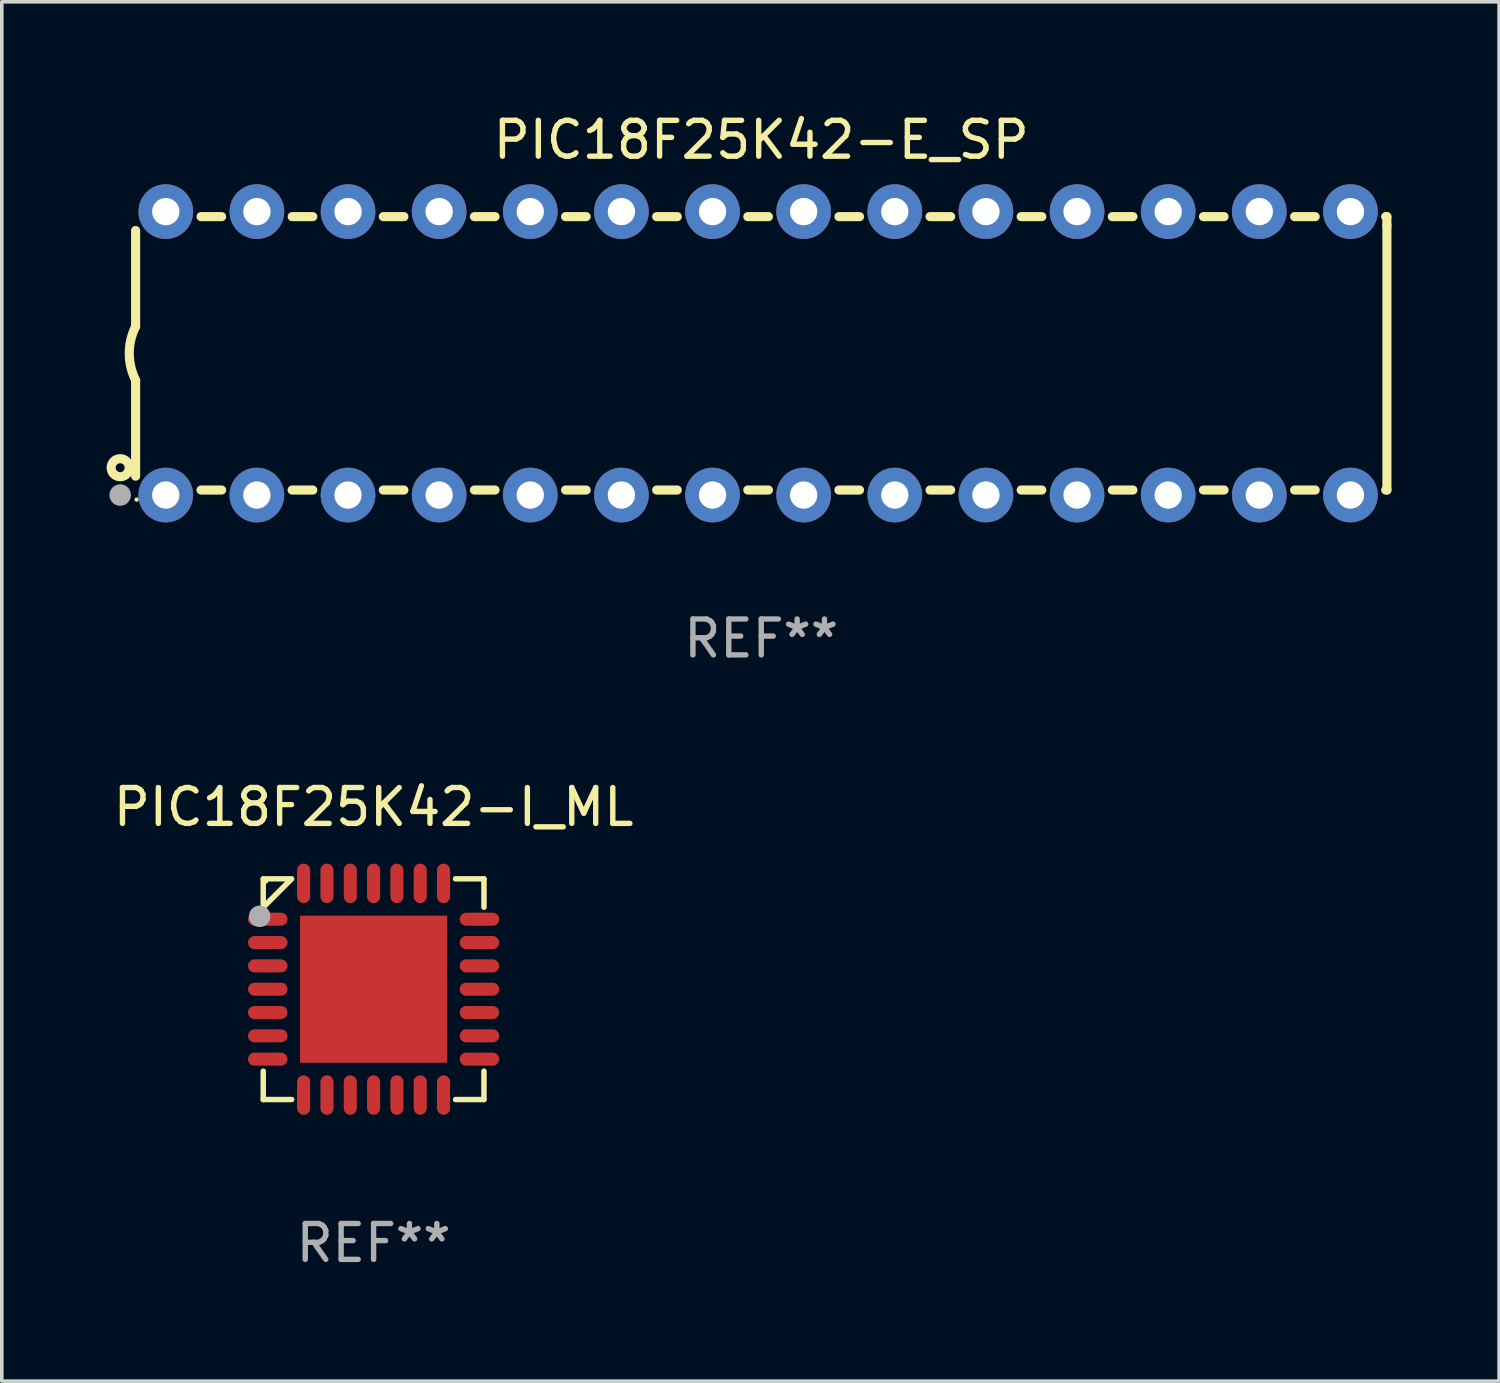
<source format=kicad_pcb>
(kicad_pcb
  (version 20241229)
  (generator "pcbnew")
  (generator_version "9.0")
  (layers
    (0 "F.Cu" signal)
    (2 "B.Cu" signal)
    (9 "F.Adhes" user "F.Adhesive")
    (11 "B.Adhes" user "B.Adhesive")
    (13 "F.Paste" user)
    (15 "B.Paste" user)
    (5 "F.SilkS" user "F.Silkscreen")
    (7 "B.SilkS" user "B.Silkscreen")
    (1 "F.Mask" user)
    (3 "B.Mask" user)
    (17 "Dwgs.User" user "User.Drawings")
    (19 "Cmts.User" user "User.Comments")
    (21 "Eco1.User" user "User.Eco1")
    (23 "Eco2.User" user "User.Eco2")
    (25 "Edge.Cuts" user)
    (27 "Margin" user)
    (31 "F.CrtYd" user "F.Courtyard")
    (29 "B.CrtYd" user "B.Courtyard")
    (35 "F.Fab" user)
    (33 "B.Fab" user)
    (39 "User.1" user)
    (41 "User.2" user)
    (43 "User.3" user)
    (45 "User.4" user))
  (footprint "PIC18F25K42-I_ML"
    (layer "F.Cu")
    (at 7.363 24.521)
    (property "Reference" "PIC18F25K42-I_ML" (at 0 -5.076 0) (layer "F.SilkS") (effects (font (size 1 1) (thickness 0.15))))
    (attr through_hole)
    (fp_line (start -3.076 -3.076) (end -2.284 -3.076) (stroke (width 0.152) (type solid)) (layer "F.SilkS"))
    (fp_line (start -3.076 -2.284) (end -3.076 -3.076) (stroke (width 0.152) (type solid)) (layer "F.SilkS"))
    (fp_line (start -3.076 2.284) (end -3.076 3.076) (stroke (width 0.152) (type solid)) (layer "F.SilkS"))
    (fp_line (start -3.076 3.076) (end -2.284 3.076) (stroke (width 0.152) (type solid)) (layer "F.SilkS"))
    (fp_line (start -2.311 -3.049) (end -3.049 -2.311) (stroke (width 0.152) (type solid)) (layer "F.SilkS"))
    (fp_line (start 3.076 -3.076) (end 2.284 -3.076) (stroke (width 0.152) (type solid)) (layer "F.SilkS"))
    (fp_line (start 3.076 -2.284) (end 3.076 -3.076) (stroke (width 0.152) (type solid)) (layer "F.SilkS"))
    (fp_line (start 3.076 2.284) (end 3.076 3.076) (stroke (width 0.152) (type solid)) (layer "F.SilkS"))
    (fp_line (start 3.076 3.076) (end 2.284 3.076) (stroke (width 0.152) (type solid)) (layer "F.SilkS"))
    (fp_circle (center -3 -3) (end -2.97 -3) (stroke (width 0.06) (type solid)) (fill no) (layer "F.SilkS"))
    (fp_circle (center -3.175 -2.032) (end -3.025 -2.032) (stroke (width 0.3) (type solid)) (fill no) (layer "F.Fab"))
    (fp_text user "REF**" (at 0 7.076 0) (layer "F.Fab") (effects (font (size 1 1) (thickness 0.15))))
    (pad "1" smd oval (at -2.95 -1.95) (size 1.1 0.364) (layers "F.Cu" "F.Mask" "F.Paste"))
    (pad "2" smd oval (at -2.95 -1.3) (size 1.1 0.364) (layers "F.Cu" "F.Mask" "F.Paste"))
    (pad "3" smd oval (at -2.95 -0.65) (size 1.1 0.364) (layers "F.Cu" "F.Mask" "F.Paste"))
    (pad "4" smd oval (at -2.95 0) (size 1.1 0.364) (layers "F.Cu" "F.Mask" "F.Paste"))
    (pad "5" smd oval (at -2.95 0.65) (size 1.1 0.364) (layers "F.Cu" "F.Mask" "F.Paste"))
    (pad "6" smd oval (at -2.95 1.3) (size 1.1 0.364) (layers "F.Cu" "F.Mask" "F.Paste"))
    (pad "7" smd oval (at -2.95 1.95) (size 1.1 0.364) (layers "F.Cu" "F.Mask" "F.Paste"))
    (pad "8" smd oval (at -1.95 2.95) (size 0.364 1.1) (layers "F.Cu" "F.Mask" "F.Paste"))
    (pad "9" smd oval (at -1.3 2.95) (size 0.364 1.1) (layers "F.Cu" "F.Mask" "F.Paste"))
    (pad "10" smd oval (at -0.65 2.95) (size 0.364 1.1) (layers "F.Cu" "F.Mask" "F.Paste"))
    (pad "11" smd oval (at 0 2.95) (size 0.364 1.1) (layers "F.Cu" "F.Mask" "F.Paste"))
    (pad "12" smd oval (at 0.65 2.95) (size 0.364 1.1) (layers "F.Cu" "F.Mask" "F.Paste"))
    (pad "13" smd oval (at 1.3 2.95) (size 0.364 1.1) (layers "F.Cu" "F.Mask" "F.Paste"))
    (pad "14" smd oval (at 1.95 2.95) (size 0.364 1.1) (layers "F.Cu" "F.Mask" "F.Paste"))
    (pad "15" smd oval (at 2.95 1.95) (size 1.1 0.364) (layers "F.Cu" "F.Mask" "F.Paste"))
    (pad "16" smd oval (at 2.95 1.3) (size 1.1 0.364) (layers "F.Cu" "F.Mask" "F.Paste"))
    (pad "17" smd oval (at 2.95 0.65) (size 1.1 0.364) (layers "F.Cu" "F.Mask" "F.Paste"))
    (pad "18" smd oval (at 2.95 0) (size 1.1 0.364) (layers "F.Cu" "F.Mask" "F.Paste"))
    (pad "19" smd oval (at 2.95 -0.65) (size 1.1 0.364) (layers "F.Cu" "F.Mask" "F.Paste"))
    (pad "20" smd oval (at 2.95 -1.3) (size 1.1 0.364) (layers "F.Cu" "F.Mask" "F.Paste"))
    (pad "21" smd oval (at 2.95 -1.95) (size 1.1 0.364) (layers "F.Cu" "F.Mask" "F.Paste"))
    (pad "22" smd oval (at 1.95 -2.95) (size 0.364 1.1) (layers "F.Cu" "F.Mask" "F.Paste"))
    (pad "23" smd oval (at 1.3 -2.95) (size 0.364 1.1) (layers "F.Cu" "F.Mask" "F.Paste"))
    (pad "24" smd oval (at 0.65 -2.95) (size 0.364 1.1) (layers "F.Cu" "F.Mask" "F.Paste"))
    (pad "25" smd oval (at 0 -2.95) (size 0.364 1.1) (layers "F.Cu" "F.Mask" "F.Paste"))
    (pad "26" smd oval (at -0.65 -2.95) (size 0.364 1.1) (layers "F.Cu" "F.Mask" "F.Paste"))
    (pad "27" smd oval (at -1.3 -2.95) (size 0.364 1.1) (layers "F.Cu" "F.Mask" "F.Paste"))
    (pad "28" smd oval (at -1.95 -2.95) (size 0.364 1.1) (layers "F.Cu" "F.Mask" "F.Paste"))
    (pad "29" smd rect (at 0 0) (size 4.1 4.1) (layers "F.Cu" "F.Mask" "F.Paste")))
  (footprint "PIC18F25K42-E_SP"
    (layer "F.Cu")
    (at 18.168 6.798)
    (property "Reference" "PIC18F25K42-E_SP" (at 0 -5.95 0) (layer "F.SilkS") (effects (font (size 1 1) (thickness 0.15))))
    (attr through_hole)
    (fp_line (start -17.438 0.75) (end -17.438 3.423) (stroke (width 0.254) (type solid)) (layer "F.SilkS"))
    (fp_line (start -17.438 -3.423) (end -17.438 -0.75) (stroke (width 0.254) (type solid)) (layer "F.SilkS"))
    (fp_line (start -15.615 3.81) (end -15.041 3.81) (stroke (width 0.254) (type solid)) (layer "F.SilkS"))
    (fp_line (start -15.041 -3.81) (end -15.614 -3.81) (stroke (width 0.254) (type solid)) (layer "F.SilkS"))
    (fp_line (start -13.075 3.81) (end -12.501 3.81) (stroke (width 0.254) (type solid)) (layer "F.SilkS"))
    (fp_line (start -12.501 -3.81) (end -13.074 -3.81) (stroke (width 0.254) (type solid)) (layer "F.SilkS"))
    (fp_line (start -10.535 3.81) (end -9.961 3.81) (stroke (width 0.254) (type solid)) (layer "F.SilkS"))
    (fp_line (start -9.961 -3.81) (end -10.534 -3.81) (stroke (width 0.254) (type solid)) (layer "F.SilkS"))
    (fp_line (start -7.995 3.81) (end -7.421 3.81) (stroke (width 0.254) (type solid)) (layer "F.SilkS"))
    (fp_line (start -7.421 -3.81) (end -7.995 -3.81) (stroke (width 0.254) (type solid)) (layer "F.SilkS"))
    (fp_line (start -5.455 3.81) (end -4.881 3.81) (stroke (width 0.254) (type solid)) (layer "F.SilkS"))
    (fp_line (start -4.881 -3.81) (end -5.455 -3.81) (stroke (width 0.254) (type solid)) (layer "F.SilkS"))
    (fp_line (start -2.915 3.81) (end -2.341 3.81) (stroke (width 0.254) (type solid)) (layer "F.SilkS"))
    (fp_line (start -2.341 -3.81) (end -2.915 -3.81) (stroke (width 0.254) (type solid)) (layer "F.SilkS"))
    (fp_line (start -0.375 3.81) (end 0.199 3.81) (stroke (width 0.254) (type solid)) (layer "F.SilkS"))
    (fp_line (start 0.199 -3.81) (end -0.375 -3.81) (stroke (width 0.254) (type solid)) (layer "F.SilkS"))
    (fp_line (start 2.165 3.81) (end 2.739 3.81) (stroke (width 0.254) (type solid)) (layer "F.SilkS"))
    (fp_line (start 2.739 -3.81) (end 2.165 -3.81) (stroke (width 0.254) (type solid)) (layer "F.SilkS"))
    (fp_line (start 4.705 3.81) (end 5.279 3.81) (stroke (width 0.254) (type solid)) (layer "F.SilkS"))
    (fp_line (start 5.279 -3.81) (end 4.705 -3.81) (stroke (width 0.254) (type solid)) (layer "F.SilkS"))
    (fp_line (start 7.245 3.81) (end 7.819 3.81) (stroke (width 0.254) (type solid)) (layer "F.SilkS"))
    (fp_line (start 7.819 -3.81) (end 7.245 -3.81) (stroke (width 0.254) (type solid)) (layer "F.SilkS"))
    (fp_line (start 9.785 3.81) (end 10.359 3.81) (stroke (width 0.254) (type solid)) (layer "F.SilkS"))
    (fp_line (start 10.359 -3.81) (end 9.785 -3.81) (stroke (width 0.254) (type solid)) (layer "F.SilkS"))
    (fp_line (start 12.325 3.81) (end 12.899 3.81) (stroke (width 0.254) (type solid)) (layer "F.SilkS"))
    (fp_line (start 12.899 -3.81) (end 12.325 -3.81) (stroke (width 0.254) (type solid)) (layer "F.SilkS"))
    (fp_line (start 14.865 3.81) (end 15.439 3.81) (stroke (width 0.254) (type solid)) (layer "F.SilkS"))
    (fp_line (start 15.439 -3.81) (end 14.865 -3.81) (stroke (width 0.254) (type solid)) (layer "F.SilkS"))
    (fp_line (start 17.405 3.81) (end 17.438 3.81) (stroke (width 0.254) (type solid)) (layer "F.SilkS"))
    (fp_line (start 17.438 -3.81) (end 17.405 -3.81) (stroke (width 0.254) (type solid)) (layer "F.SilkS"))
    (fp_line (start 17.438 -3.556) (end 17.438 -3.81) (stroke (width 0.254) (type solid)) (layer "F.SilkS"))
    (fp_line (start 17.438 3.81) (end 17.438 -3.556) (stroke (width 0.254) (type solid)) (layer "F.SilkS"))
    (fp_arc (start -17.437986 0.749657) (mid -17.614887 -0.000024) (end -17.437783 -0.749657) (stroke (width 0.254001) (type solid)) (layer "F.SilkS"))
    (fp_circle (center -17.868 3.188) (end -17.743 3.188) (stroke (width 0.254) (type solid)) (fill no) (layer "F.SilkS"))
    (fp_circle (center -17.411 4.077) (end -17.381 4.077) (stroke (width 0.06) (type solid)) (fill no) (layer "F.SilkS"))
    (fp_circle (center -17.868 3.95) (end -17.718 3.95) (stroke (width 0.3) (type solid)) (fill no) (layer "F.Fab"))
    (fp_text user "REF**" (at 0 7.95 0) (layer "F.Fab") (effects (font (size 1 1) (thickness 0.15))))
    (pad "1" thru_hole circle (at -16.598 3.95) (size 1.524 1.524) (drill 0.762) (layers "*.Cu" "*.Mask"))
    (pad "2" thru_hole circle (at -14.058 3.95) (size 1.524 1.524) (drill 0.762) (layers "*.Cu" "*.Mask"))
    (pad "3" thru_hole circle (at -11.518 3.95) (size 1.524 1.524) (drill 0.762) (layers "*.Cu" "*.Mask"))
    (pad "4" thru_hole circle (at -8.978 3.95) (size 1.524 1.524) (drill 0.762) (layers "*.Cu" "*.Mask"))
    (pad "5" thru_hole circle (at -6.438 3.95) (size 1.524 1.524) (drill 0.762) (layers "*.Cu" "*.Mask"))
    (pad "6" thru_hole circle (at -3.898 3.95) (size 1.524 1.524) (drill 0.762) (layers "*.Cu" "*.Mask"))
    (pad "7" thru_hole circle (at -1.358 3.95) (size 1.524 1.524) (drill 0.762) (layers "*.Cu" "*.Mask"))
    (pad "8" thru_hole circle (at 1.182 3.95) (size 1.524 1.524) (drill 0.762) (layers "*.Cu" "*.Mask"))
    (pad "9" thru_hole circle (at 3.722 3.95) (size 1.524 1.524) (drill 0.762) (layers "*.Cu" "*.Mask"))
    (pad "10" thru_hole circle (at 6.262 3.95) (size 1.524 1.524) (drill 0.762) (layers "*.Cu" "*.Mask"))
    (pad "11" thru_hole circle (at 8.802 3.95) (size 1.524 1.524) (drill 0.762) (layers "*.Cu" "*.Mask"))
    (pad "12" thru_hole circle (at 11.342 3.95) (size 1.524 1.524) (drill 0.762) (layers "*.Cu" "*.Mask"))
    (pad "13" thru_hole circle (at 13.882 3.95) (size 1.524 1.524) (drill 0.762) (layers "*.Cu" "*.Mask"))
    (pad "14" thru_hole circle (at 16.422 3.95) (size 1.524 1.524) (drill 0.762) (layers "*.Cu" "*.Mask"))
    (pad "15" thru_hole circle (at 16.422 -3.95) (size 1.524 1.524) (drill 0.762) (layers "*.Cu" "*.Mask"))
    (pad "16" thru_hole circle (at 13.882 -3.95) (size 1.524 1.524) (drill 0.762) (layers "*.Cu" "*.Mask"))
    (pad "17" thru_hole circle (at 11.342 -3.95) (size 1.524 1.524) (drill 0.762) (layers "*.Cu" "*.Mask"))
    (pad "18" thru_hole circle (at 8.802 -3.95) (size 1.524 1.524) (drill 0.762) (layers "*.Cu" "*.Mask"))
    (pad "19" thru_hole circle (at 6.262 -3.95) (size 1.524 1.524) (drill 0.762) (layers "*.Cu" "*.Mask"))
    (pad "20" thru_hole circle (at 3.722 -3.95) (size 1.524 1.524) (drill 0.762) (layers "*.Cu" "*.Mask"))
    (pad "21" thru_hole circle (at 1.182 -3.95) (size 1.524 1.524) (drill 0.762) (layers "*.Cu" "*.Mask"))
    (pad "22" thru_hole circle (at -1.358 -3.95) (size 1.524 1.524) (drill 0.762) (layers "*.Cu" "*.Mask"))
    (pad "23" thru_hole circle (at -3.898 -3.95) (size 1.524 1.524) (drill 0.762) (layers "*.Cu" "*.Mask"))
    (pad "24" thru_hole circle (at -6.438 -3.95) (size 1.524 1.524) (drill 0.762) (layers "*.Cu" "*.Mask"))
    (pad "25" thru_hole circle (at -8.978 -3.95) (size 1.524 1.524) (drill 0.762) (layers "*.Cu" "*.Mask"))
    (pad "26" thru_hole circle (at -11.517 -3.95) (size 1.524 1.524) (drill 0.762) (layers "*.Cu" "*.Mask"))
    (pad "27" thru_hole circle (at -14.057 -3.95) (size 1.524 1.524) (drill 0.762) (layers "*.Cu" "*.Mask"))
    (pad "28" thru_hole circle (at -16.597 -3.95) (size 1.524 1.524) (drill 0.762) (layers "*.Cu" "*.Mask")))
  (gr_rect
    (start -3 -3)
    (end 38.733 35.445)
    (stroke (width 0.1) (type default))
    (fill no)
    (layer "Edge.Cuts")))
</source>
